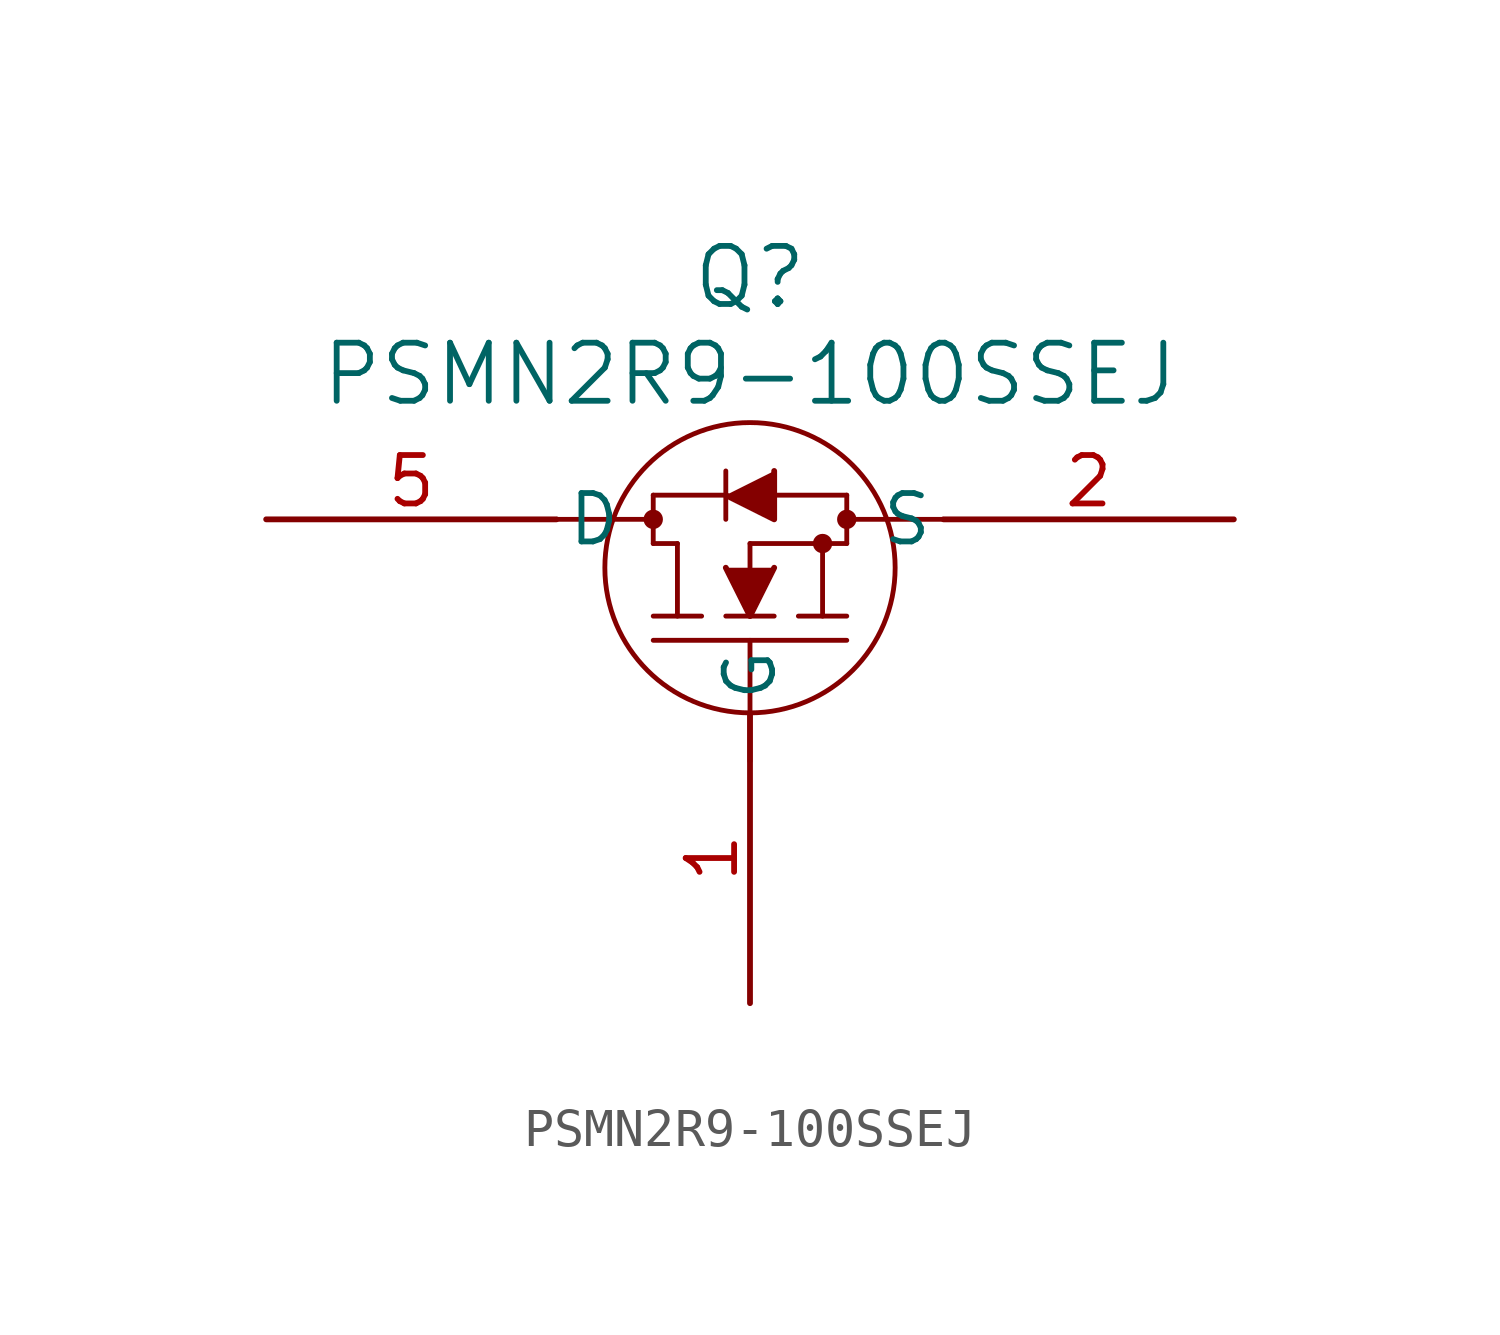
<source format=kicad_sym>
(kicad_symbol_lib
  (version 20231120)
  (generator "kicad_symbol_editor")
  (generator_version "8.0")
  (symbol "PSMN2R9-100SSEJ"
    (pin_names
      (offset 0.254))
    (property "Reference" "Q"
      (at 0 6.35 0)
      (effects (font (size 1.524 1.524))))
    (property "Value" "PSMN2R9-100SSEJ"
      (at 0 3.81 0)
      (effects (font (size 1.524 1.524))))
    (symbol "PSMN2R9-100SSEJ_0_1"
      (circle (center -2.54 0) (radius 0.127) (stroke (width 0.254) (type default)) (fill (type none)))
      (circle (center 0 -1.27) (radius 3.81) (stroke (width 0.127) (type default)) (fill (type none)))
      (polyline (pts (xy -5.08 0) (xy -2.54 0)) (stroke (width 0.127) (type default)) (fill (type none)))
      (polyline (pts (xy -2.54 -0.635) (xy -2.54 0.635)) (stroke (width 0.127) (type default)) (fill (type none)))
      (polyline (pts (xy -1.905 -2.54) (xy -1.905 -0.635)) (stroke (width 0.127) (type default)) (fill (type none)))
      (polyline (pts (xy -1.905 -0.635) (xy -2.54 -0.635)) (stroke (width 0.127) (type default)) (fill (type none)))
      (polyline (pts (xy -1.27 -2.54) (xy -2.54 -2.54)) (stroke (width 0.127) (type default)) (fill (type none)))
      (polyline (pts (xy -0.635 0.635) (xy -2.54 0.635)) (stroke (width 0.127) (type default)) (fill (type none)))
      (polyline (pts (xy -0.635 1.27) (xy -0.635 0)) (stroke (width 0.127) (type default)) (fill (type none)))
      (polyline (pts (xy 0 -6.35) (xy 0 -3.175)) (stroke (width 0.127) (type default)) (fill (type none)))
      (polyline (pts (xy 0 -1.27) (xy 0 -0.635)) (stroke (width 0.127) (type default)) (fill (type none)))
      (polyline (pts (xy 0.635 -2.54) (xy -0.635 -2.54)) (stroke (width 0.127) (type default)) (fill (type none)))
      (polyline (pts (xy 1.905 -2.54) (xy 1.905 -0.635)) (stroke (width 0.127) (type default)) (fill (type none)))
      (polyline (pts (xy 2.54 -3.175) (xy -2.54 -3.175)) (stroke (width 0.127) (type default)) (fill (type none)))
      (polyline (pts (xy 2.54 -2.54) (xy 1.27 -2.54)) (stroke (width 0.127) (type default)) (fill (type none)))
      (polyline (pts (xy 2.54 -0.635) (xy 0 -0.635)) (stroke (width 0.127) (type default)) (fill (type none)))
      (polyline (pts (xy 2.54 -0.635) (xy 2.54 0.635)) (stroke (width 0.127) (type default)) (fill (type none)))
      (polyline (pts (xy 2.54 0.635) (xy 0.635 0.635)) (stroke (width 0.127) (type default)) (fill (type none)))
      (polyline (pts (xy 5.08 0) (xy 2.54 0)) (stroke (width 0.127) (type default)) (fill (type none)))
      (polyline (pts (xy -0.635 -1.27) (xy 0 -2.54) (xy 0.635 -1.27)) (stroke (width 0) (type default)) (fill (type outline)))
      (polyline (pts (xy 0.635 1.27) (xy 0.635 0) (xy -0.635 0.635)) (stroke (width 0) (type default)) (fill (type outline)))
      (circle (center 1.905 -0.635) (radius 0.127) (stroke (width 0.254) (type default)) (fill (type none)))
      (circle (center 2.54 0) (radius 0.127) (stroke (width 0.254) (type default)) (fill (type none))))
    (symbol "PSMN2R9-100SSEJ_1_1"
      (pin passive line (at 0 -12.7 90) (length 7.62) (name "G" (effects (font (size 1.27 1.27)))) (number "1" (effects (font (size 1.27 1.27)))))
      (pin passive line (at 12.7 0 180) (length 7.62) (name "S" (effects (font (size 1.27 1.27)))) (number "2" (effects (font (size 1.27 1.27)))))
      (pin passive line (at 12.7 0 180) (length 7.62) hide (name "S" (effects (font (size 1.27 1.27)))) (number "3" (effects (font (size 1.27 1.27)))))
      (pin passive line (at 12.7 0 180) (length 7.62) hide (name "S" (effects (font (size 1.27 1.27)))) (number "4" (effects (font (size 1.27 1.27)))))
      (pin passive line (at -12.7 0 0) (length 7.62) (name "D" (effects (font (size 1.27 1.27)))) (number "5" (effects (font (size 1.27 1.27))))))))
</source>
